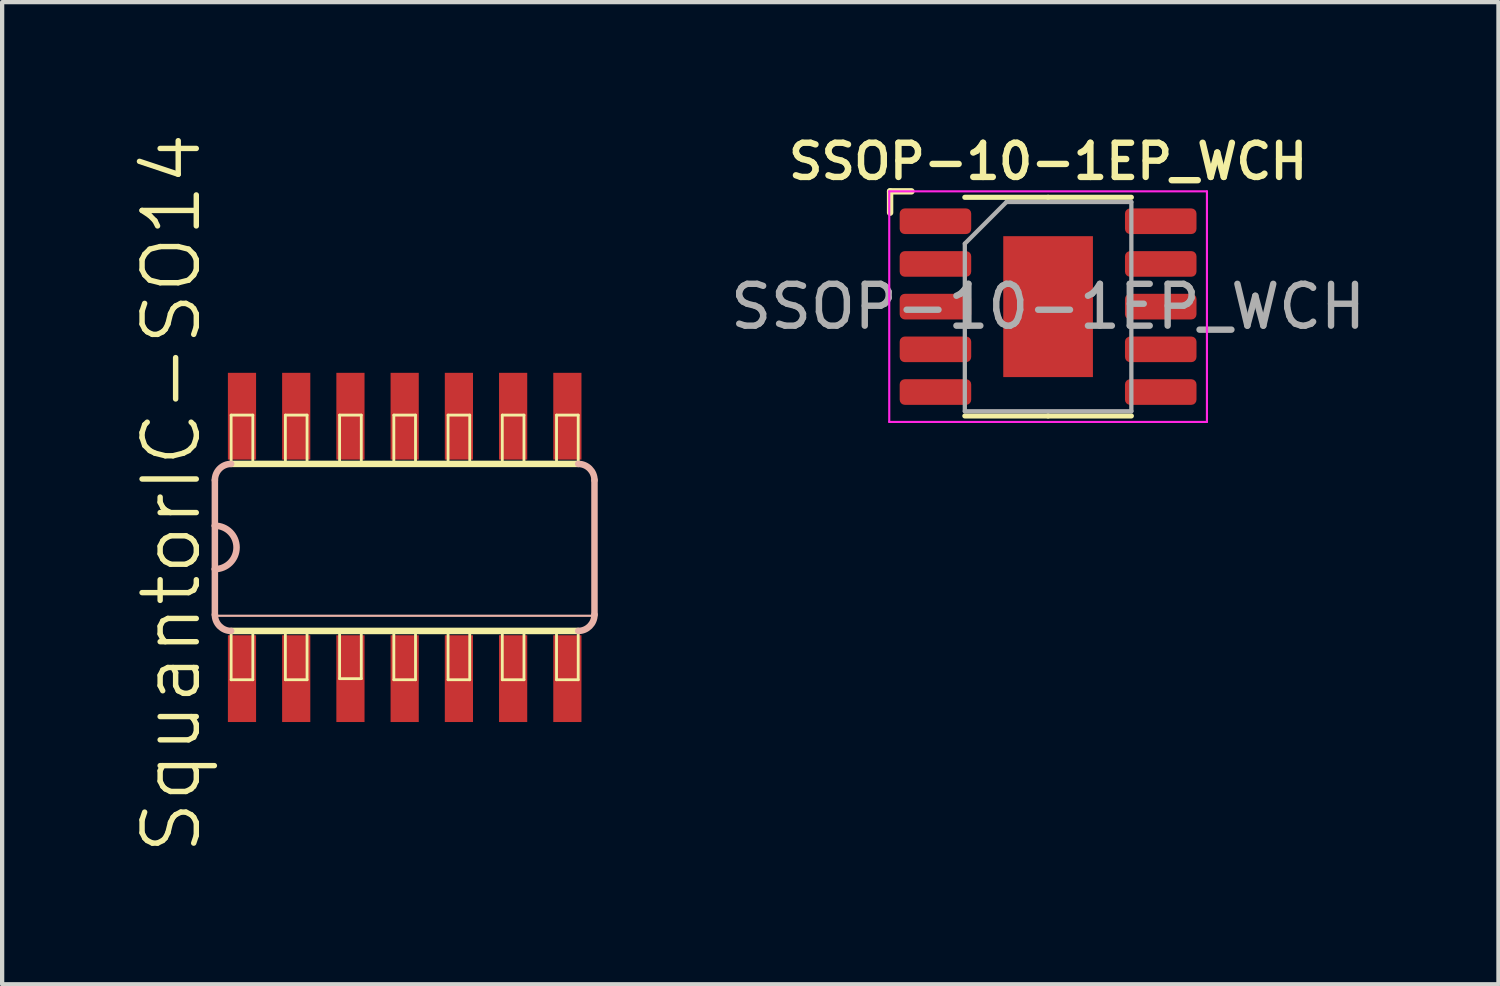
<source format=kicad_pcb>
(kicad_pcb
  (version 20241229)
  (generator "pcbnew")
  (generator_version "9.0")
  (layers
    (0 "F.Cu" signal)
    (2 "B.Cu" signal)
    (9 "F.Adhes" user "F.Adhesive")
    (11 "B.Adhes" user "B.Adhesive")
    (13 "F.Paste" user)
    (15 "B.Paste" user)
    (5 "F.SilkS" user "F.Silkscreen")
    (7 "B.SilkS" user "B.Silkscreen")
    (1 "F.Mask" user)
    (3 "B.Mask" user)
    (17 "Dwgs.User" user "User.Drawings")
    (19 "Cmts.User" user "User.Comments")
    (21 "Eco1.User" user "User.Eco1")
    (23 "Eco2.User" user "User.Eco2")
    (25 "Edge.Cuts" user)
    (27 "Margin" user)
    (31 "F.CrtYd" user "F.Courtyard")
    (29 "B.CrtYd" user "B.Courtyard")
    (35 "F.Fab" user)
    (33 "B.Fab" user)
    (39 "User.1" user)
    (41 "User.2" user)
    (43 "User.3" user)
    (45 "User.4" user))
  (footprint "SquantorIC-SO14"
    (layer "F.Cu")
    (at 6.427 9.77)
    (property "Reference" "SquantorIC-SO14" (at -5.461 -1.27 90) (layer "F.SilkS") (effects (font (size 1.27 1.27) (thickness 0.127))))
    (attr smd)
    (fp_line (start -4.064 -3.099) (end -3.556 -3.099) (stroke (width 0.066) (type solid)) (layer "F.SilkS"))
    (fp_line (start -4.064 -1.956) (end -4.064 -3.099) (stroke (width 0.066) (type solid)) (layer "F.SilkS"))
    (fp_line (start -4.064 -1.956) (end -3.556 -1.956) (stroke (width 0.066) (type solid)) (layer "F.SilkS"))
    (fp_line (start -4.064 1.956) (end -3.556 1.956) (stroke (width 0.066) (type solid)) (layer "F.SilkS"))
    (fp_line (start -4.064 1.956) (end 4.064 1.956) (stroke (width 0.152) (type solid)) (layer "F.SilkS"))
    (fp_line (start -4.064 3.099) (end -4.064 1.956) (stroke (width 0.066) (type solid)) (layer "F.SilkS"))
    (fp_line (start -4.064 3.099) (end -3.556 3.099) (stroke (width 0.066) (type solid)) (layer "F.SilkS"))
    (fp_line (start -3.556 -1.956) (end -3.556 -3.099) (stroke (width 0.066) (type solid)) (layer "F.SilkS"))
    (fp_line (start -3.556 3.099) (end -3.556 1.956) (stroke (width 0.066) (type solid)) (layer "F.SilkS"))
    (fp_line (start -2.794 -3.099) (end -2.286 -3.099) (stroke (width 0.066) (type solid)) (layer "F.SilkS"))
    (fp_line (start -2.794 -1.956) (end -2.794 -3.099) (stroke (width 0.066) (type solid)) (layer "F.SilkS"))
    (fp_line (start -2.794 -1.956) (end -2.286 -1.956) (stroke (width 0.066) (type solid)) (layer "F.SilkS"))
    (fp_line (start -2.794 1.956) (end -2.286 1.956) (stroke (width 0.066) (type solid)) (layer "F.SilkS"))
    (fp_line (start -2.794 3.099) (end -2.794 1.956) (stroke (width 0.066) (type solid)) (layer "F.SilkS"))
    (fp_line (start -2.794 3.099) (end -2.286 3.099) (stroke (width 0.066) (type solid)) (layer "F.SilkS"))
    (fp_line (start -2.286 -1.956) (end -2.286 -3.099) (stroke (width 0.066) (type solid)) (layer "F.SilkS"))
    (fp_line (start -2.286 3.099) (end -2.286 1.956) (stroke (width 0.066) (type solid)) (layer "F.SilkS"))
    (fp_line (start -1.524 -3.099) (end -1.016 -3.099) (stroke (width 0.066) (type solid)) (layer "F.SilkS"))
    (fp_line (start -1.524 -1.956) (end -1.524 -3.099) (stroke (width 0.066) (type solid)) (layer "F.SilkS"))
    (fp_line (start -1.524 -1.956) (end -1.016 -1.956) (stroke (width 0.066) (type solid)) (layer "F.SilkS"))
    (fp_line (start -1.524 1.93) (end -1.016 1.93) (stroke (width 0.066) (type solid)) (layer "F.SilkS"))
    (fp_line (start -1.524 3.073) (end -1.524 1.93) (stroke (width 0.066) (type solid)) (layer "F.SilkS"))
    (fp_line (start -1.524 3.073) (end -1.016 3.073) (stroke (width 0.066) (type solid)) (layer "F.SilkS"))
    (fp_line (start -1.016 -1.956) (end -1.016 -3.099) (stroke (width 0.066) (type solid)) (layer "F.SilkS"))
    (fp_line (start -1.016 3.073) (end -1.016 1.93) (stroke (width 0.066) (type solid)) (layer "F.SilkS"))
    (fp_line (start -0.254 -3.099) (end 0.254 -3.099) (stroke (width 0.066) (type solid)) (layer "F.SilkS"))
    (fp_line (start -0.254 -1.956) (end -0.254 -3.099) (stroke (width 0.066) (type solid)) (layer "F.SilkS"))
    (fp_line (start -0.254 -1.956) (end 0.254 -1.956) (stroke (width 0.066) (type solid)) (layer "F.SilkS"))
    (fp_line (start -0.254 1.956) (end 0.254 1.956) (stroke (width 0.066) (type solid)) (layer "F.SilkS"))
    (fp_line (start -0.254 3.099) (end -0.254 1.956) (stroke (width 0.066) (type solid)) (layer "F.SilkS"))
    (fp_line (start -0.254 3.099) (end 0.254 3.099) (stroke (width 0.066) (type solid)) (layer "F.SilkS"))
    (fp_line (start 0.254 -1.956) (end 0.254 -3.099) (stroke (width 0.066) (type solid)) (layer "F.SilkS"))
    (fp_line (start 0.254 3.099) (end 0.254 1.956) (stroke (width 0.066) (type solid)) (layer "F.SilkS"))
    (fp_line (start 1.016 -3.099) (end 1.524 -3.099) (stroke (width 0.066) (type solid)) (layer "F.SilkS"))
    (fp_line (start 1.016 -1.956) (end 1.016 -3.099) (stroke (width 0.066) (type solid)) (layer "F.SilkS"))
    (fp_line (start 1.016 -1.956) (end 1.524 -1.956) (stroke (width 0.066) (type solid)) (layer "F.SilkS"))
    (fp_line (start 1.016 1.956) (end 1.524 1.956) (stroke (width 0.066) (type solid)) (layer "F.SilkS"))
    (fp_line (start 1.016 3.099) (end 1.016 1.956) (stroke (width 0.066) (type solid)) (layer "F.SilkS"))
    (fp_line (start 1.016 3.099) (end 1.524 3.099) (stroke (width 0.066) (type solid)) (layer "F.SilkS"))
    (fp_line (start 1.524 -1.956) (end 1.524 -3.099) (stroke (width 0.066) (type solid)) (layer "F.SilkS"))
    (fp_line (start 1.524 3.099) (end 1.524 1.956) (stroke (width 0.066) (type solid)) (layer "F.SilkS"))
    (fp_line (start 2.286 -3.099) (end 2.794 -3.099) (stroke (width 0.066) (type solid)) (layer "F.SilkS"))
    (fp_line (start 2.286 -1.956) (end 2.286 -3.099) (stroke (width 0.066) (type solid)) (layer "F.SilkS"))
    (fp_line (start 2.286 -1.956) (end 2.794 -1.956) (stroke (width 0.066) (type solid)) (layer "F.SilkS"))
    (fp_line (start 2.286 1.956) (end 2.794 1.956) (stroke (width 0.066) (type solid)) (layer "F.SilkS"))
    (fp_line (start 2.286 3.099) (end 2.286 1.956) (stroke (width 0.066) (type solid)) (layer "F.SilkS"))
    (fp_line (start 2.286 3.099) (end 2.794 3.099) (stroke (width 0.066) (type solid)) (layer "F.SilkS"))
    (fp_line (start 2.794 -1.956) (end 2.794 -3.099) (stroke (width 0.066) (type solid)) (layer "F.SilkS"))
    (fp_line (start 2.794 3.099) (end 2.794 1.956) (stroke (width 0.066) (type solid)) (layer "F.SilkS"))
    (fp_line (start 3.556 -3.099) (end 4.064 -3.099) (stroke (width 0.066) (type solid)) (layer "F.SilkS"))
    (fp_line (start 3.556 -1.956) (end 3.556 -3.099) (stroke (width 0.066) (type solid)) (layer "F.SilkS"))
    (fp_line (start 3.556 -1.956) (end 4.064 -1.956) (stroke (width 0.066) (type solid)) (layer "F.SilkS"))
    (fp_line (start 3.556 1.956) (end 4.064 1.956) (stroke (width 0.066) (type solid)) (layer "F.SilkS"))
    (fp_line (start 3.556 3.099) (end 3.556 1.956) (stroke (width 0.066) (type solid)) (layer "F.SilkS"))
    (fp_line (start 3.556 3.099) (end 4.064 3.099) (stroke (width 0.066) (type solid)) (layer "F.SilkS"))
    (fp_line (start 4.064 -1.956) (end -4.064 -1.956) (stroke (width 0.152) (type solid)) (layer "F.SilkS"))
    (fp_line (start 4.064 -1.956) (end 4.064 -3.099) (stroke (width 0.066) (type solid)) (layer "F.SilkS"))
    (fp_line (start 4.064 3.099) (end 4.064 1.956) (stroke (width 0.066) (type solid)) (layer "F.SilkS"))
    (fp_line (start -4.445 -1.575) (end -4.445 -0.508) (stroke (width 0.152) (type solid)) (layer "B.SilkS"))
    (fp_line (start -4.445 -0.508) (end -4.445 0.508) (stroke (width 0.152) (type solid)) (layer "B.SilkS"))
    (fp_line (start -4.445 0.508) (end -4.445 1.575) (stroke (width 0.152) (type solid)) (layer "B.SilkS"))
    (fp_line (start -4.445 1.6) (end 4.445 1.6) (stroke (width 0.051) (type solid)) (layer "B.SilkS"))
    (fp_line (start 4.445 1.575) (end 4.445 -1.575) (stroke (width 0.152) (type solid)) (layer "B.SilkS"))
    (fp_arc (start -4.445 -1.5748) (mid -4.333408 -1.844208) (end -4.064 -1.9558) (stroke (width 0.1524) (type solid)) (layer "B.SilkS"))
    (fp_arc (start -4.445 -0.508) (mid -3.937 0) (end -4.445 0.508) (stroke (width 0.1524) (type solid)) (layer "B.SilkS"))
    (fp_arc (start -4.064 1.9558) (mid -4.333408 1.844208) (end -4.445 1.5748) (stroke (width 0.1524) (type solid)) (layer "B.SilkS"))
    (fp_arc (start 4.064 -1.9558) (mid 4.333408 -1.844208) (end 4.445 -1.5748) (stroke (width 0.1524) (type solid)) (layer "B.SilkS"))
    (fp_arc (start 4.445 1.5748) (mid 4.333408 1.844208) (end 4.064 1.9558) (stroke (width 0.1524) (type solid)) (layer "B.SilkS"))
    (pad "1" smd rect (at -3.81 3.073) (size 0.66 2.032) (layers "F.Cu" "F.Mask" "F.Paste"))
    (pad "2" smd rect (at -2.54 3.073) (size 0.66 2.032) (layers "F.Cu" "F.Mask" "F.Paste"))
    (pad "3" smd rect (at -1.27 3.073) (size 0.66 2.032) (layers "F.Cu" "F.Mask" "F.Paste"))
    (pad "4" smd rect (at 0 3.073) (size 0.66 2.032) (layers "F.Cu" "F.Mask" "F.Paste"))
    (pad "5" smd rect (at 1.27 3.073) (size 0.66 2.032) (layers "F.Cu" "F.Mask" "F.Paste"))
    (pad "6" smd rect (at 2.54 3.073) (size 0.66 2.032) (layers "F.Cu" "F.Mask" "F.Paste"))
    (pad "7" smd rect (at 3.81 3.073) (size 0.66 2.032) (layers "F.Cu" "F.Mask" "F.Paste"))
    (pad "8" smd rect (at 3.81 -3.073) (size 0.66 2.032) (layers "F.Cu" "F.Mask" "F.Paste"))
    (pad "9" smd rect (at 2.54 -3.073) (size 0.66 2.032) (layers "F.Cu" "F.Mask" "F.Paste"))
    (pad "10" smd rect (at 1.27 -3.073) (size 0.66 2.032) (layers "F.Cu" "F.Mask" "F.Paste"))
    (pad "11" smd rect (at 0 -3.073) (size 0.66 2.032) (layers "F.Cu" "F.Mask" "F.Paste"))
    (pad "12" smd rect (at -1.27 -3.073) (size 0.66 2.032) (layers "F.Cu" "F.Mask" "F.Paste"))
    (pad "13" smd rect (at -2.54 -3.073) (size 0.66 2.032) (layers "F.Cu" "F.Mask" "F.Paste"))
    (pad "14" smd rect (at -3.81 -3.073) (size 0.66 2.032) (layers "F.Cu" "F.Mask" "F.Paste")))
  (footprint "SSOP-10-1EP_WCH"
    (layer "F.Cu")
    (at 21.495 4.131)
    (property "Reference" "SSOP-10-1EP_WCH" (at 0 -3.4 0) (layer "F.SilkS") (effects (font (size 0.8 0.8) (thickness 0.15))))
    (attr smd)
    (fp_line (start -3.7 -2.7) (end -3.7 -2.2) (stroke (width 0.15) (type default)) (layer "F.SilkS"))
    (fp_line (start -3.7 -2.7) (end -3.2 -2.7) (stroke (width 0.15) (type default)) (layer "F.SilkS"))
    (fp_line (start 0 -2.56) (end -1.95 -2.56) (stroke (width 0.12) (type solid)) (layer "F.SilkS"))
    (fp_line (start 0 -2.56) (end 1.95 -2.56) (stroke (width 0.12) (type solid)) (layer "F.SilkS"))
    (fp_line (start 0 2.56) (end -1.95 2.56) (stroke (width 0.12) (type solid)) (layer "F.SilkS"))
    (fp_line (start 0 2.56) (end 1.95 2.56) (stroke (width 0.12) (type solid)) (layer "F.SilkS"))
    (fp_line (start -3.72 -2.7) (end -3.72 2.7) (stroke (width 0.05) (type solid)) (layer "F.CrtYd"))
    (fp_line (start -3.72 2.7) (end 3.72 2.7) (stroke (width 0.05) (type solid)) (layer "F.CrtYd"))
    (fp_line (start 3.72 -2.7) (end -3.72 -2.7) (stroke (width 0.05) (type solid)) (layer "F.CrtYd"))
    (fp_line (start 3.72 2.7) (end 3.72 -2.7) (stroke (width 0.05) (type solid)) (layer "F.CrtYd"))
    (fp_line (start -1.95 -1.475) (end -0.975 -2.45) (stroke (width 0.1) (type solid)) (layer "F.Fab"))
    (fp_line (start -1.95 2.45) (end -1.95 -1.475) (stroke (width 0.1) (type solid)) (layer "F.Fab"))
    (fp_line (start -0.975 -2.45) (end 1.95 -2.45) (stroke (width 0.1) (type solid)) (layer "F.Fab"))
    (fp_line (start 1.95 -2.45) (end 1.95 2.45) (stroke (width 0.1) (type solid)) (layer "F.Fab"))
    (fp_line (start 1.95 2.45) (end -1.95 2.45) (stroke (width 0.1) (type solid)) (layer "F.Fab"))
    (fp_text user "${REFERENCE}" (at 0 0 0) (layer "F.Fab") (effects (font (size 0.98 0.98) (thickness 0.15))))
    (pad "" smd roundrect (at 0 0) (size 1.69 2.66) (layers "F.Paste") (roundrect_rratio 0.148))
    (pad "0" smd rect (at 0 0) (size 2.1 3.3) (property pad_prop_heatsink) (layers "F.Cu" "F.Mask"))
    (pad "1" smd roundrect (at -2.638 -2) (size 1.675 0.6) (layers "F.Cu" "F.Mask" "F.Paste") (roundrect_rratio 0.2))
    (pad "2" smd roundrect (at -2.638 -1) (size 1.675 0.6) (layers "F.Cu" "F.Mask" "F.Paste") (roundrect_rratio 0.2))
    (pad "3" smd roundrect (at -2.638 0) (size 1.675 0.6) (layers "F.Cu" "F.Mask" "F.Paste") (roundrect_rratio 0.2))
    (pad "4" smd roundrect (at -2.638 1) (size 1.675 0.6) (layers "F.Cu" "F.Mask" "F.Paste") (roundrect_rratio 0.2))
    (pad "5" smd roundrect (at -2.638 2) (size 1.675 0.6) (layers "F.Cu" "F.Mask" "F.Paste") (roundrect_rratio 0.2))
    (pad "6" smd roundrect (at 2.638 2) (size 1.675 0.6) (layers "F.Cu" "F.Mask" "F.Paste") (roundrect_rratio 0.2))
    (pad "7" smd roundrect (at 2.638 1) (size 1.675 0.6) (layers "F.Cu" "F.Mask" "F.Paste") (roundrect_rratio 0.2))
    (pad "8" smd roundrect (at 2.638 0) (size 1.675 0.6) (layers "F.Cu" "F.Mask" "F.Paste") (roundrect_rratio 0.2))
    (pad "9" smd roundrect (at 2.638 -1) (size 1.675 0.6) (layers "F.Cu" "F.Mask" "F.Paste") (roundrect_rratio 0.2))
    (pad "10" smd roundrect (at 2.638 -2) (size 1.675 0.6) (layers "F.Cu" "F.Mask" "F.Paste") (roundrect_rratio 0.2)))
  (gr_rect
    (start -3 -3)
    (end 32.042 20)
    (stroke (width 0.1) (type default))
    (fill no)
    (layer "Edge.Cuts")))
</source>
